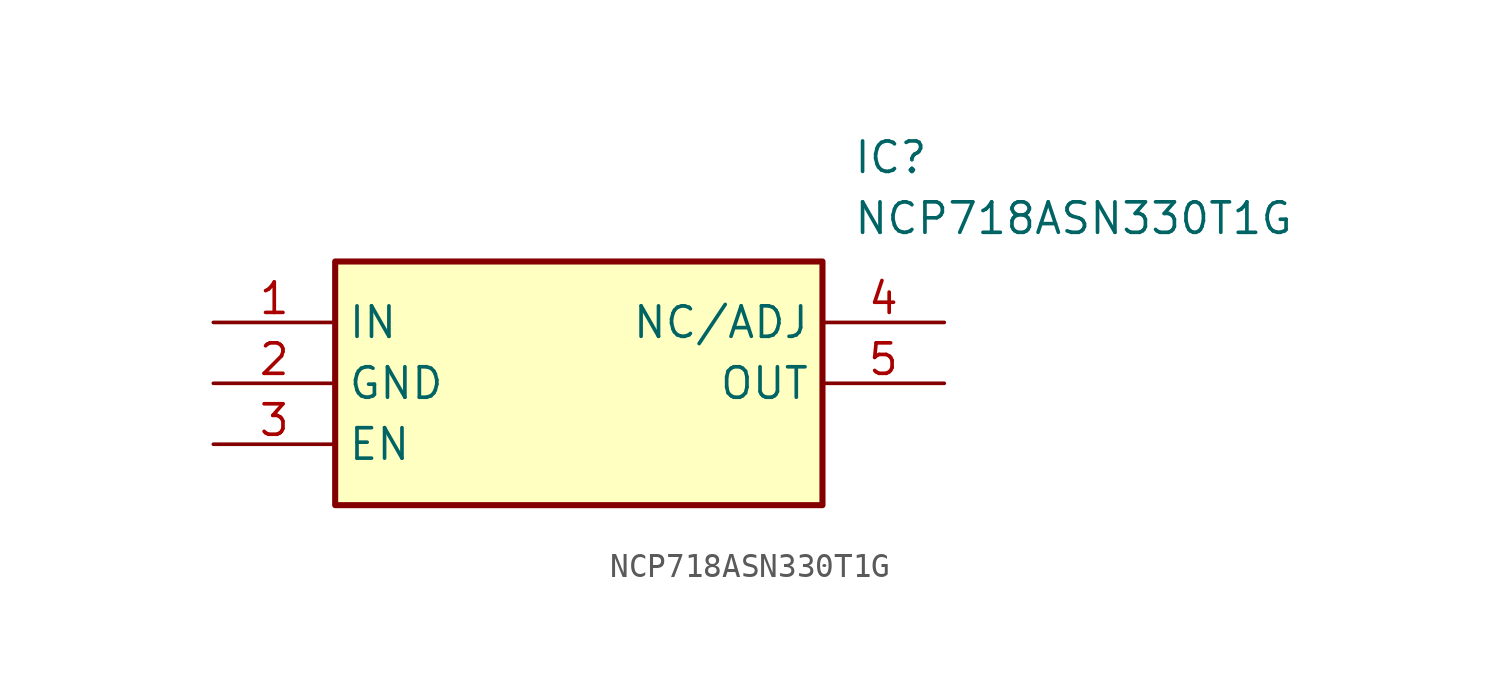
<source format=kicad_sym>
(kicad_symbol_lib
  (version 20241209)
  (generator "kicad_symbol_editor")
  (generator_version "9.0")
  (symbol "NCP718ASN330T1G"
    (property "Reference" "IC"
      (at 26.67 7.62 0)
      (effects (font (size 1.27 1.27)) (justify left top)))
    (property "Value" "NCP718ASN330T1G"
      (at 26.67 5.08 0)
      (effects (font (size 1.27 1.27)) (justify left top)))
    (symbol "NCP718ASN330T1G_1_1"
      (rectangle (start 5.08 2.54) (end 25.4 -7.62) (stroke (width 0.254) (type default)) (fill (type background)))
      (pin passive line (at 0 0 0) (length 5.08) (name "IN" (effects (font (size 1.27 1.27)))) (number "1" (effects (font (size 1.27 1.27)))))
      (pin passive line (at 0 -2.54 0) (length 5.08) (name "GND" (effects (font (size 1.27 1.27)))) (number "2" (effects (font (size 1.27 1.27)))))
      (pin passive line (at 0 -5.08 0) (length 5.08) (name "EN" (effects (font (size 1.27 1.27)))) (number "3" (effects (font (size 1.27 1.27)))))
      (pin passive line (at 30.48 0 180) (length 5.08) (name "NC/ADJ" (effects (font (size 1.27 1.27)))) (number "4" (effects (font (size 1.27 1.27)))))
      (pin power_out line (at 30.48 -2.54 180) (length 5.08) (name "OUT" (effects (font (size 1.27 1.27)))) (number "5" (effects (font (size 1.27 1.27))))))))
</source>
